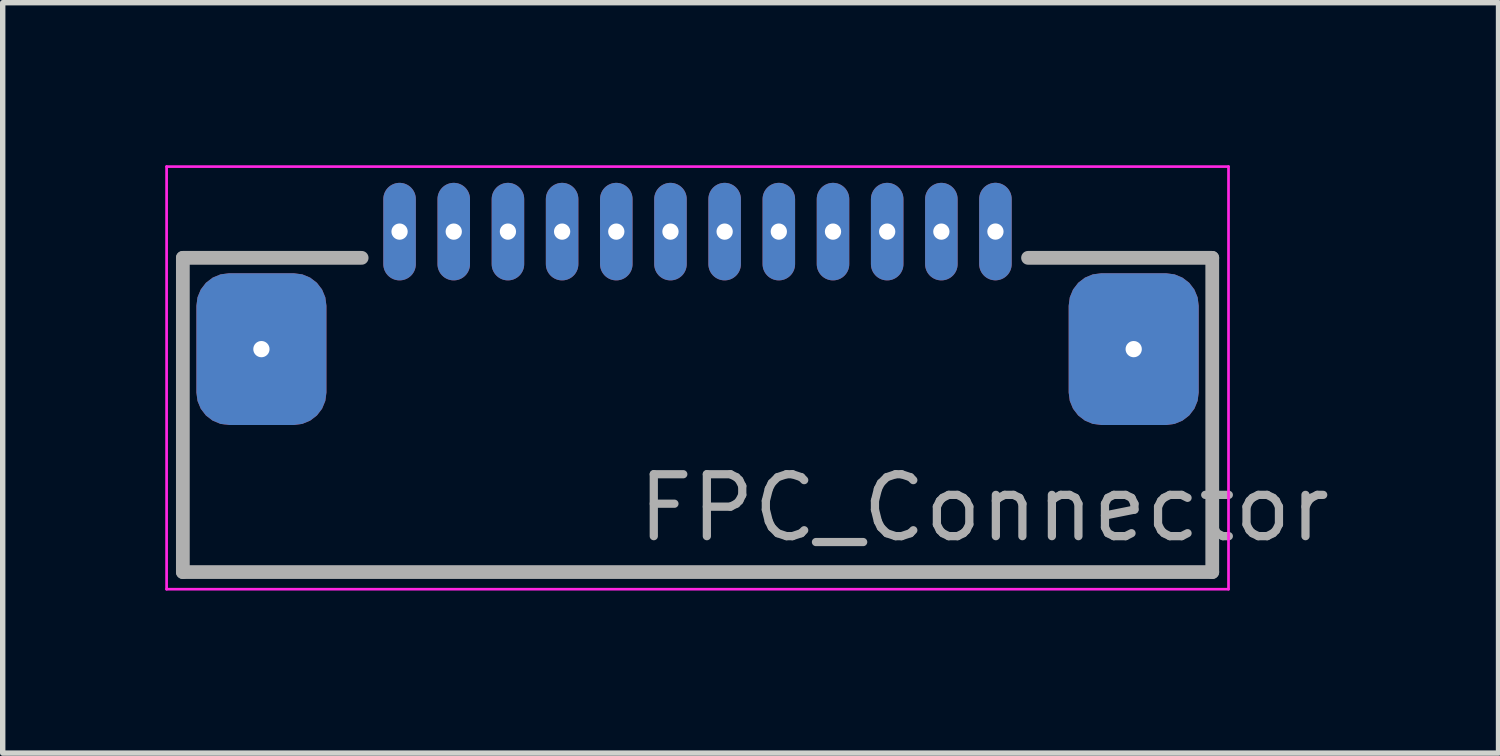
<source format=kicad_pcb>
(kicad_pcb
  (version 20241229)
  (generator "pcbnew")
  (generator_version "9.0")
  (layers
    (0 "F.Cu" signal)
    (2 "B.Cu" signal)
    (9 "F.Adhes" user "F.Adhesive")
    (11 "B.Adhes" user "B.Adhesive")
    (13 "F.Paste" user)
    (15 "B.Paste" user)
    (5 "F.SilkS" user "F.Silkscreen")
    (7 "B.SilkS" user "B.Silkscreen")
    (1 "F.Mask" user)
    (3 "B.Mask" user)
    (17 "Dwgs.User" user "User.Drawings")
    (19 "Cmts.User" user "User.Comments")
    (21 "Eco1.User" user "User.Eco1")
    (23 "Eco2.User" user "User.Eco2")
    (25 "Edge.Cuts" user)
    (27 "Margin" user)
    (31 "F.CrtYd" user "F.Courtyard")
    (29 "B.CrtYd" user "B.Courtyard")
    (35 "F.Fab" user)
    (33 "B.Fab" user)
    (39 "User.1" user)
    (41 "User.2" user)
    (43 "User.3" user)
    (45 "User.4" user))
  (footprint "FPC_Connector"
    (layer "F.Cu")
    (at 9.825 1.225)
    (property "Reference" "FPC_Connector" (at -1.18 5.1 180) (layer "F.Fab") (effects (font (size 1.143 1.143) (thickness 0.152)) (justify left)))
    (attr smd)
    (fp_line (start -9.8 -1.2) (end -9.8 6.6) (stroke (width 0.05) (type solid)) (layer "F.CrtYd"))
    (fp_line (start -9.8 6.6) (end 9.8 6.6) (stroke (width 0.05) (type solid)) (layer "F.CrtYd"))
    (fp_line (start 9.8 -1.2) (end -9.8 -1.2) (stroke (width 0.05) (type solid)) (layer "F.CrtYd"))
    (fp_line (start 9.8 6.6) (end 9.8 -1.2) (stroke (width 0.05) (type solid)) (layer "F.CrtYd"))
    (fp_line (start -9.5 0.484) (end -6.2 0.484) (stroke (width 0.254) (type solid)) (layer "F.Fab"))
    (fp_line (start -9.5 6.284) (end -9.5 0.484) (stroke (width 0.254) (type solid)) (layer "F.Fab"))
    (fp_line (start 9.5 0.484) (end 6.1 0.484) (stroke (width 0.254) (type solid)) (layer "F.Fab"))
    (fp_line (start 9.5 6.284) (end -9.5 6.284) (stroke (width 0.254) (type solid)) (layer "F.Fab"))
    (fp_line (start 9.5 6.284) (end 9.5 0.484) (stroke (width 0.254) (type solid)) (layer "F.Fab"))
    (pad "1" thru_hole oval (at -5.5 0 180) (size 0.6 1.8) (drill 0.3) (layers "*.Cu" "*.Paste" "*.Mask"))
    (pad "2" thru_hole oval (at -4.5 0 180) (size 0.6 1.8) (drill 0.3) (layers "*.Cu" "*.Paste" "*.Mask"))
    (pad "3" thru_hole oval (at -3.5 0 180) (size 0.6 1.8) (drill 0.3) (layers "*.Cu" "*.Paste" "*.Mask"))
    (pad "4" thru_hole oval (at -2.5 0 180) (size 0.6 1.8) (drill 0.3) (layers "*.Cu" "*.Paste" "*.Mask"))
    (pad "5" thru_hole oval (at -1.5 0 180) (size 0.6 1.8) (drill 0.3) (layers "*.Cu" "*.Paste" "*.Mask"))
    (pad "6" thru_hole oval (at -0.5 0 180) (size 0.6 1.8) (drill 0.3) (layers "*.Cu" "*.Paste" "*.Mask"))
    (pad "7" thru_hole oval (at 0.5 0 180) (size 0.6 1.8) (drill 0.3) (layers "*.Cu" "*.Paste" "*.Mask"))
    (pad "8" thru_hole oval (at 1.5 0 180) (size 0.6 1.8) (drill 0.3) (layers "*.Cu" "*.Paste" "*.Mask"))
    (pad "9" thru_hole oval (at 2.5 0 180) (size 0.6 1.8) (drill 0.3) (layers "*.Cu" "*.Paste" "*.Mask"))
    (pad "10" thru_hole oval (at 3.5 0 180) (size 0.6 1.8) (drill 0.3) (layers "*.Cu" "*.Paste" "*.Mask"))
    (pad "11" thru_hole oval (at 4.5 0 180) (size 0.6 1.8) (drill 0.3) (layers "*.Cu" "*.Paste" "*.Mask"))
    (pad "12" thru_hole oval (at 5.498 -0.001 180) (size 0.6 1.8) (drill 0.3) (layers "*.Cu" "*.Paste" "*.Mask"))
    (pad "13" thru_hole roundrect (at -8.05 2.169) (size 2.4 2.8) (drill 0.3) (layers "*.Cu" "*.Paste" "*.Mask") (roundrect_rratio 0.25))
    (pad "14" thru_hole roundrect (at 8.05 2.169) (size 2.4 2.8) (drill 0.3) (layers "*.Cu" "*.Paste" "*.Mask") (roundrect_rratio 0.25) (chamfer_ratio 0.2) (chamfer)))
  (gr_rect
    (start -3 -3)
    (end 24.609 10.85)
    (stroke (width 0.1) (type default))
    (fill no)
    (layer "Edge.Cuts")))
</source>
